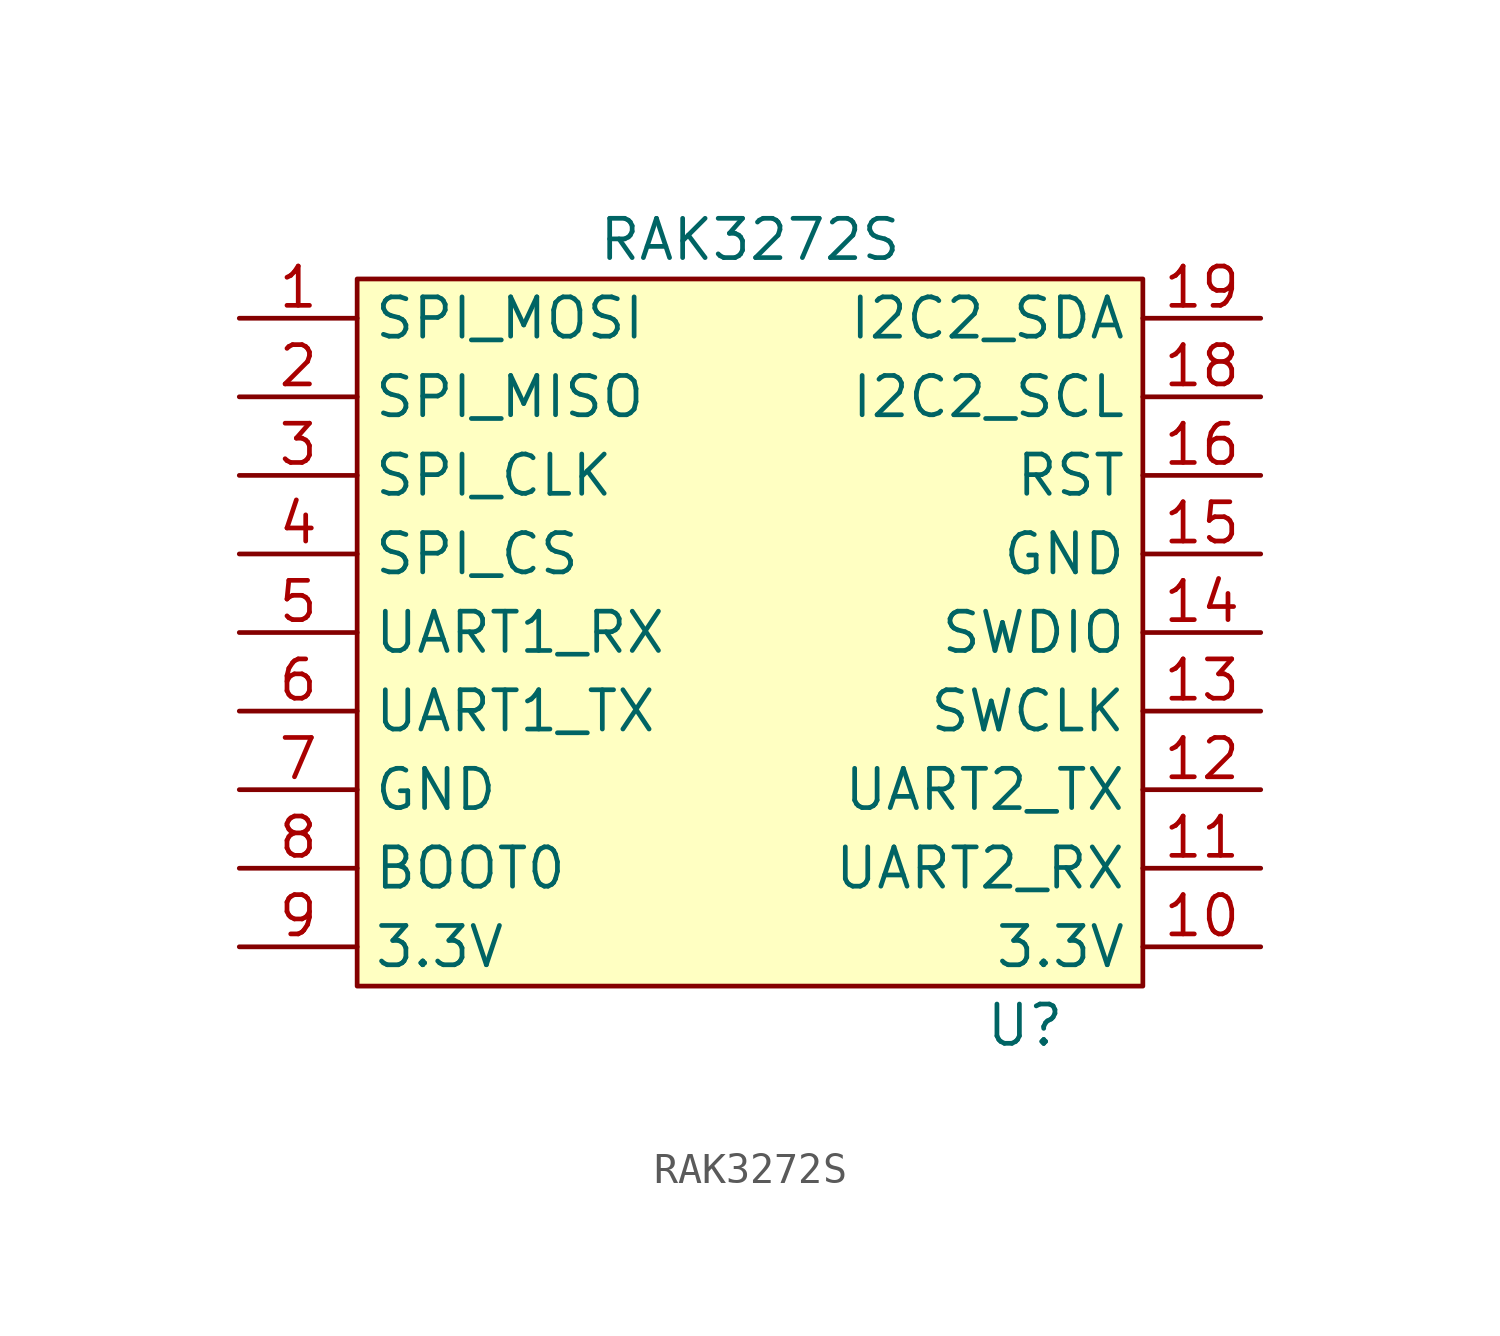
<source format=kicad_sym>
(kicad_symbol_lib
  (version 20211014)
  (generator kicad_symbol_editor)
  (symbol "RAK3272S"
    (property "Reference" "U"
      (at 8.89 -15.24 0)
      (effects (font (size 1.27 1.27))))
    (property "Value" "RAK3272S"
      (at 0 10.16 0)
      (effects (font (size 1.27 1.27))))
    (symbol "RAK3272S_0_1"
      (rectangle (start -12.7 8.89) (end 12.7 -13.97) (stroke (width 0) (type default) (color 0 0 0 0)) (fill (type background))))
    (symbol "RAK3272S_1_1"
      (pin passive line (at -16.51 7.62 0) (length 3.81) (name "SPI_MOSI" (effects (font (size 1.27 1.27)))) (number "1" (effects (font (size 1.27 1.27)))))
      (pin passive line (at 16.51 -12.7 180) (length 3.81) (name "3.3V" (effects (font (size 1.27 1.27)))) (number "10" (effects (font (size 1.27 1.27)))))
      (pin passive line (at 16.51 -10.16 180) (length 3.81) (name "UART2_RX" (effects (font (size 1.27 1.27)))) (number "11" (effects (font (size 1.27 1.27)))))
      (pin passive line (at 16.51 -7.62 180) (length 3.81) (name "UART2_TX" (effects (font (size 1.27 1.27)))) (number "12" (effects (font (size 1.27 1.27)))))
      (pin passive line (at 16.51 -5.08 180) (length 3.81) (name "SWCLK" (effects (font (size 1.27 1.27)))) (number "13" (effects (font (size 1.27 1.27)))))
      (pin passive line (at 16.51 -2.54 180) (length 3.81) (name "SWDIO" (effects (font (size 1.27 1.27)))) (number "14" (effects (font (size 1.27 1.27)))))
      (pin passive line (at 16.51 0 180) (length 3.81) (name "GND" (effects (font (size 1.27 1.27)))) (number "15" (effects (font (size 1.27 1.27)))))
      (pin passive line (at 16.51 2.54 180) (length 3.81) (name "RST" (effects (font (size 1.27 1.27)))) (number "16" (effects (font (size 1.27 1.27)))))
      (pin passive line (at 16.51 5.08 180) (length 3.81) (name "I2C2_SCL" (effects (font (size 1.27 1.27)))) (number "18" (effects (font (size 1.27 1.27)))))
      (pin passive line (at 16.51 7.62 180) (length 3.81) (name "I2C2_SDA" (effects (font (size 1.27 1.27)))) (number "19" (effects (font (size 1.27 1.27)))))
      (pin passive line (at -16.51 5.08 0) (length 3.81) (name "SPI_MISO" (effects (font (size 1.27 1.27)))) (number "2" (effects (font (size 1.27 1.27)))))
      (pin passive line (at -16.51 2.54 0) (length 3.81) (name "SPI_CLK" (effects (font (size 1.27 1.27)))) (number "3" (effects (font (size 1.27 1.27)))))
      (pin passive line (at -16.51 0 0) (length 3.81) (name "SPI_CS" (effects (font (size 1.27 1.27)))) (number "4" (effects (font (size 1.27 1.27)))))
      (pin passive line (at -16.51 -2.54 0) (length 3.81) (name "UART1_RX" (effects (font (size 1.27 1.27)))) (number "5" (effects (font (size 1.27 1.27)))))
      (pin passive line (at -16.51 -5.08 0) (length 3.81) (name "UART1_TX" (effects (font (size 1.27 1.27)))) (number "6" (effects (font (size 1.27 1.27)))))
      (pin passive line (at -16.51 -7.62 0) (length 3.81) (name "GND" (effects (font (size 1.27 1.27)))) (number "7" (effects (font (size 1.27 1.27)))))
      (pin passive line (at -16.51 -10.16 0) (length 3.81) (name "BOOT0" (effects (font (size 1.27 1.27)))) (number "8" (effects (font (size 1.27 1.27)))))
      (pin passive line (at -16.51 -12.7 0) (length 3.81) (name "3.3V" (effects (font (size 1.27 1.27)))) (number "9" (effects (font (size 1.27 1.27))))))))
</source>
